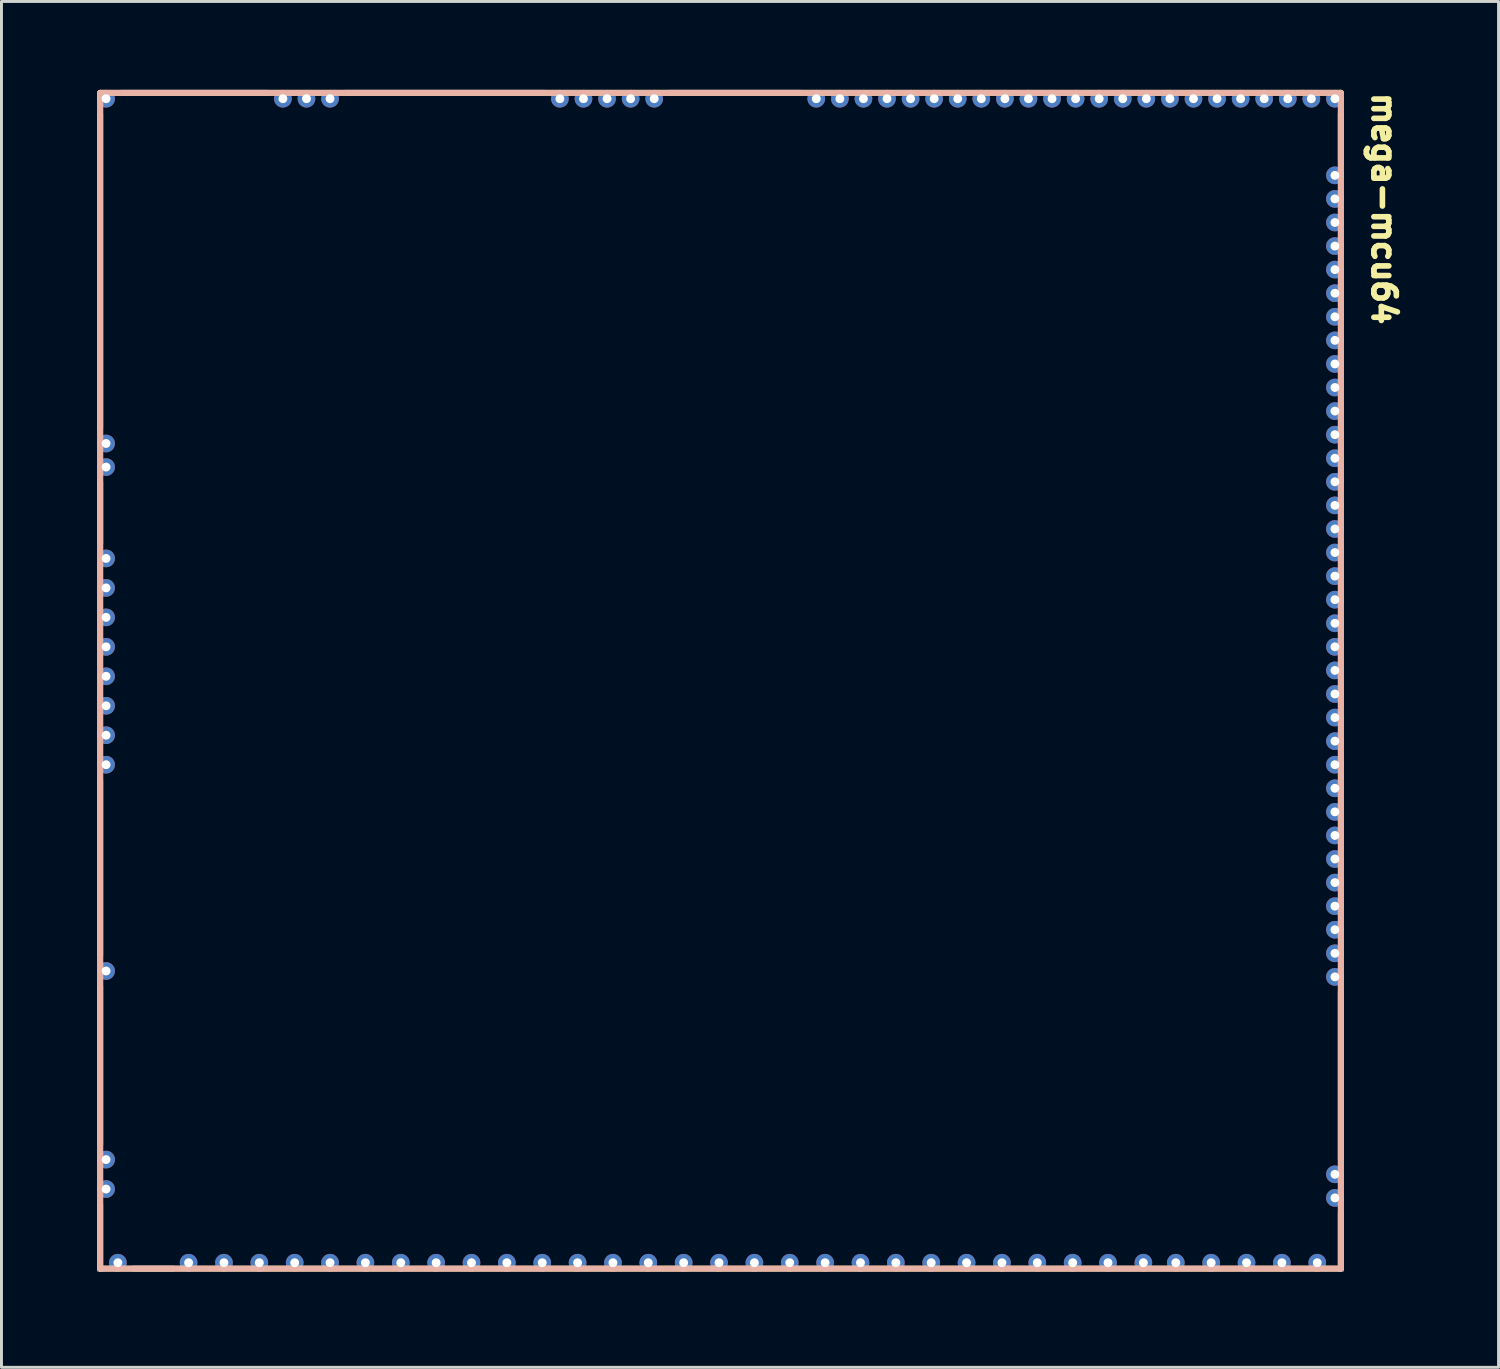
<source format=kicad_pcb>
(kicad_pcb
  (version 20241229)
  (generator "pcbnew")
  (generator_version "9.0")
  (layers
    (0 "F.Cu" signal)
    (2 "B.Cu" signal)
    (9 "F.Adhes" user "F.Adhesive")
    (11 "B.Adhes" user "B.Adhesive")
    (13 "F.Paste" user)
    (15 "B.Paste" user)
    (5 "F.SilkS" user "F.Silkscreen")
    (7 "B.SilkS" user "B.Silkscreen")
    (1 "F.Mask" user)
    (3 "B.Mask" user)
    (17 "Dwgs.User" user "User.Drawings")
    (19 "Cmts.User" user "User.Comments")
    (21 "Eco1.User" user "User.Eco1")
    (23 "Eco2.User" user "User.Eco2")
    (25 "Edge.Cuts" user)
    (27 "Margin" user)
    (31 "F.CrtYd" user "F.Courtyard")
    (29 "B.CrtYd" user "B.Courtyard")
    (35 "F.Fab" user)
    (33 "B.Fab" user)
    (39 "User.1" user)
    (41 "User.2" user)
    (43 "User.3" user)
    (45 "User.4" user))
  (footprint "mega-mcu64"
    (layer "F.Cu")
    (at 0.25 40.1)
    (property "Reference" "mega-mcu64" (at 43.218 -40.094 270) (unlocked yes) (layer "F.SilkS") (effects (font (size 0.762 0.762) (thickness 0.254)) (justify left bottom)))
    (fp_line (start 0.1 -40) (end 40.9 -40) (stroke (width 0.2) (type solid)) (layer "F.SilkS"))
    (fp_line (start 0.1 -0.1) (end 0.1 -40) (stroke (width 0.2) (type solid)) (layer "F.SilkS"))
    (fp_line (start 0.1 -0.1) (end 42.2 -0.1) (stroke (width 0.2) (type solid)) (layer "F.SilkS"))
    (fp_line (start 40.9 -40) (end 42.2 -40) (stroke (width 0.2) (type solid)) (layer "F.SilkS"))
    (fp_line (start 42.2 -0.1) (end 42.2 -40) (stroke (width 0.2) (type solid)) (layer "F.SilkS"))
    (fp_line (start 0.1 -40) (end 40.9 -40) (stroke (width 0.2) (type solid)) (layer "B.SilkS"))
    (fp_line (start 0.1 -0.1) (end 0.1 -40) (stroke (width 0.2) (type solid)) (layer "B.SilkS"))
    (fp_line (start 0.1 -0.1) (end 42.2 -0.1) (stroke (width 0.2) (type solid)) (layer "B.SilkS"))
    (fp_line (start 40.9 -40) (end 42.2 -40) (stroke (width 0.2) (type solid)) (layer "B.SilkS"))
    (fp_line (start 42.2 -0.1) (end 42.2 -40) (stroke (width 0.2) (type solid)) (layer "B.SilkS"))
    (pad "E1" thru_hole circle (at 42 -37.2) (size 0.6 0.6) (drill 0.3) (layers "*.Cu"))
    (pad "E2" thru_hole circle (at 42 -36.4) (size 0.6 0.6) (drill 0.3) (layers "*.Cu"))
    (pad "E3" thru_hole circle (at 42 -35.6) (size 0.6 0.6) (drill 0.3) (layers "*.Cu"))
    (pad "E4" thru_hole circle (at 42 -34.8) (size 0.6 0.6) (drill 0.3) (layers "*.Cu"))
    (pad "E6" thru_hole circle (at 42 -34 270) (size 0.6 0.6) (drill 0.3) (layers "*.Cu"))
    (pad "E7" thru_hole circle (at 42 -33.2 270) (size 0.6 0.6) (drill 0.3) (layers "*.Cu"))
    (pad "E8" thru_hole circle (at 42 -32.4 270) (size 0.6 0.6) (drill 0.3) (layers "*.Cu"))
    (pad "E9" thru_hole circle (at 42 -31.6 270) (size 0.6 0.6) (drill 0.3) (layers "*.Cu"))
    (pad "E10" thru_hole circle (at 42 -30.8 270) (size 0.6 0.6) (drill 0.3) (layers "*.Cu"))
    (pad "E11" thru_hole circle (at 42 -30 270) (size 0.6 0.6) (drill 0.3) (layers "*.Cu"))
    (pad "E12" thru_hole circle (at 42 -29.2 270) (size 0.6 0.6) (drill 0.3) (layers "*.Cu"))
    (pad "E13" thru_hole circle (at 42 -28.4 270) (size 0.6 0.6) (drill 0.3) (layers "*.Cu"))
    (pad "E14" thru_hole circle (at 42 -27.6 270) (size 0.6 0.6) (drill 0.3) (layers "*.Cu"))
    (pad "E15" thru_hole circle (at 42 -26.8 270) (size 0.6 0.6) (drill 0.3) (layers "*.Cu"))
    (pad "E16" thru_hole circle (at 42 -26 270) (size 0.6 0.6) (drill 0.3) (layers "*.Cu"))
    (pad "E17" thru_hole circle (at 42 -25.2 270) (size 0.6 0.6) (drill 0.3) (layers "*.Cu"))
    (pad "E18" thru_hole circle (at 42 -24.4 270) (size 0.6 0.6) (drill 0.3) (layers "*.Cu"))
    (pad "E19" thru_hole circle (at 42 -23.6 270) (size 0.6 0.6) (drill 0.3) (layers "*.Cu"))
    (pad "E20" thru_hole circle (at 42 -22.8 270) (size 0.6 0.6) (drill 0.3) (layers "*.Cu"))
    (pad "E21" thru_hole circle (at 42 -22 270) (size 0.6 0.6) (drill 0.3) (layers "*.Cu"))
    (pad "E22" thru_hole circle (at 42 -21.2 270) (size 0.6 0.6) (drill 0.3) (layers "*.Cu"))
    (pad "E23" thru_hole circle (at 42 -20.4 270) (size 0.6 0.6) (drill 0.3) (layers "*.Cu"))
    (pad "E24" thru_hole circle (at 42 -19.6 270) (size 0.6 0.6) (drill 0.3) (layers "*.Cu"))
    (pad "E25" thru_hole circle (at 42 -18.8 180) (size 0.6 0.6) (drill 0.3) (layers "*.Cu"))
    (pad "E26" thru_hole circle (at 42 -18 180) (size 0.6 0.6) (drill 0.3) (layers "*.Cu"))
    (pad "E27" thru_hole circle (at 42 -17.2 270) (size 0.6 0.6) (drill 0.3) (layers "*.Cu"))
    (pad "E28" thru_hole circle (at 42 -16.4 270) (size 0.6 0.6) (drill 0.3) (layers "*.Cu"))
    (pad "E29" thru_hole circle (at 42 -15.6 180) (size 0.6 0.6) (drill 0.3) (layers "*.Cu"))
    (pad "E30" thru_hole circle (at 42 -14.8 180) (size 0.6 0.6) (drill 0.3) (layers "*.Cu"))
    (pad "E31" thru_hole circle (at 42 -14 180) (size 0.6 0.6) (drill 0.3) (layers "*.Cu"))
    (pad "E32" thru_hole circle (at 42 -13.2 180) (size 0.6 0.6) (drill 0.3) (layers "*.Cu"))
    (pad "E33" thru_hole circle (at 42 -12.4 180) (size 0.6 0.6) (drill 0.3) (layers "*.Cu"))
    (pad "E34" thru_hole circle (at 42 -11.6 180) (size 0.6 0.6) (drill 0.3) (layers "*.Cu"))
    (pad "E35" thru_hole circle (at 42 -10.8 270) (size 0.6 0.6) (drill 0.3) (layers "*.Cu"))
    (pad "E36" thru_hole circle (at 42 -10 270) (size 0.6 0.6) (drill 0.3) (layers "*.Cu"))
    (pad "E38" thru_hole circle (at 42 -3.3 270) (size 0.6 0.6) (drill 0.3) (layers "*.Cu"))
    (pad "E39" thru_hole circle (at 42 -2.5 270) (size 0.6 0.6) (drill 0.3) (layers "*.Cu"))
    (pad "G" smd rect (at 0.1 -1.15) (size 0.2 2.3) (layers "F.Cu" "F.Paste"))
    (pad "G" smd rect (at 0.1 -1.15) (size 0.2 2.3) (layers "B.Cu" "B.Paste"))
    (pad "G" smd rect (at 0.1 -1.15) (size 0.2 2.3) (layers "In1.Cu"))
    (pad "G" smd rect (at 0.1 -1.15) (size 0.2 2.3) (layers "In2.Cu"))
    (pad "G" smd rect (at 0.1 -33.95) (size 0.2 10.7) (layers "F.Cu" "F.Paste"))
    (pad "G" smd rect (at 0.1 -33.95) (size 0.2 10.7) (layers "B.Cu" "B.Paste"))
    (pad "G" smd rect (at 0.1 -33.95) (size 0.2 10.7) (layers "In1.Cu"))
    (pad "G" smd rect (at 0.1 -33.95) (size 0.2 10.7) (layers "In2.Cu"))
    (pad "G" smd rect (at 0.1 -25.75) (size 0.2 2.1) (layers "F.Cu" "F.Paste"))
    (pad "G" smd rect (at 0.1 -25.75) (size 0.2 2.1) (layers "B.Cu" "B.Paste"))
    (pad "G" smd rect (at 0.1 -25.75) (size 0.2 2.1) (layers "In1.Cu"))
    (pad "G" smd rect (at 0.1 -25.75) (size 0.2 2.1) (layers "In2.Cu"))
    (pad "G" smd rect (at 0.1 -13.7) (size 0.2 6) (layers "F.Cu" "F.Paste"))
    (pad "G" smd rect (at 0.1 -13.7) (size 0.2 6) (layers "B.Cu" "B.Paste"))
    (pad "G" smd rect (at 0.1 -13.7) (size 0.2 6) (layers "In1.Cu"))
    (pad "G" smd rect (at 0.1 -13.7) (size 0.2 6) (layers "In2.Cu"))
    (pad "G" smd rect (at 0.1 -7) (size 0.2 5.4) (layers "F.Cu" "F.Paste"))
    (pad "G" smd rect (at 0.1 -7) (size 0.2 5.4) (layers "B.Cu" "B.Paste"))
    (pad "G" smd rect (at 0.1 -7) (size 0.2 5.4) (layers "In1.Cu"))
    (pad "G" smd rect (at 0.1 -7) (size 0.2 5.4) (layers "In2.Cu"))
    (pad "G" smd rect (at 1.9 -0.1 90) (size 0.2 1.4) (layers "F.Cu" "F.Paste"))
    (pad "G" smd rect (at 1.9 -0.1 90) (size 0.2 1.4) (layers "B.Cu" "B.Paste"))
    (pad "G" smd rect (at 1.9 -0.1 90) (size 0.2 1.4) (layers "In1.Cu"))
    (pad "G" smd rect (at 1.9 -0.1 90) (size 0.2 1.4) (layers "In2.Cu"))
    (pad "G" smd rect (at 3.3 -40 270) (size 0.2 5) (layers "F.Cu" "F.Paste"))
    (pad "G" smd rect (at 3.3 -40 270) (size 0.2 5) (layers "B.Cu" "B.Paste"))
    (pad "G" smd rect (at 3.3 -40 270) (size 0.2 5) (layers "In1.Cu"))
    (pad "G" smd rect (at 3.3 -40 270) (size 0.2 5) (layers "In2.Cu"))
    (pad "G" smd rect (at 11.8 -40 270) (size 0.2 6.8) (layers "F.Cu" "F.Paste"))
    (pad "G" smd rect (at 11.8 -40 270) (size 0.2 6.8) (layers "B.Cu" "B.Paste"))
    (pad "G" smd rect (at 11.8 -40 270) (size 0.2 6.8) (layers "In1.Cu"))
    (pad "G" smd rect (at 11.8 -40 270) (size 0.2 6.8) (layers "In2.Cu"))
    (pad "G" smd rect (at 21.65 -40 270) (size 0.2 4.5) (layers "F.Cu" "F.Paste"))
    (pad "G" smd rect (at 21.65 -40 270) (size 0.2 4.5) (layers "B.Cu" "B.Paste"))
    (pad "G" smd rect (at 21.65 -40 270) (size 0.2 4.5) (layers "In1.Cu"))
    (pad "G" smd rect (at 21.65 -40 270) (size 0.2 4.5) (layers "In2.Cu"))
    (pad "G" smd rect (at 42.2 -38.5 180) (size 0.2 1.6) (layers "F.Cu" "F.Paste"))
    (pad "G" smd rect (at 42.2 -38.5 180) (size 0.2 1.6) (layers "B.Cu" "B.Paste"))
    (pad "G" smd rect (at 42.2 -38.5 180) (size 0.2 1.6) (layers "In1.Cu"))
    (pad "G" smd rect (at 42.2 -38.5 180) (size 0.2 1.6) (layers "In2.Cu"))
    (pad "G" smd rect (at 42.2 -6.65 180) (size 0.2 5.7) (layers "F.Cu" "F.Paste"))
    (pad "G" smd rect (at 42.2 -6.65 180) (size 0.2 5.7) (layers "B.Cu" "B.Paste"))
    (pad "G" smd rect (at 42.2 -6.65 180) (size 0.2 5.7) (layers "In1.Cu"))
    (pad "G" smd rect (at 42.2 -6.65 180) (size 0.2 5.7) (layers "In2.Cu"))
    (pad "G" smd rect (at 42.2 -1 180) (size 0.2 2) (layers "F.Cu" "F.Paste"))
    (pad "G" smd rect (at 42.2 -1 180) (size 0.2 2) (layers "B.Cu" "B.Paste"))
    (pad "G" smd rect (at 42.2 -1 180) (size 0.2 2) (layers "In1.Cu"))
    (pad "G" smd rect (at 42.2 -1 180) (size 0.2 2) (layers "In2.Cu"))
    (pad "N1" thru_hole circle (at 42 -39.8 270) (size 0.6 0.6) (drill 0.3) (layers "*.Cu"))
    (pad "N2" thru_hole circle (at 41.2 -39.8 270) (size 0.6 0.6) (drill 0.3) (layers "*.Cu"))
    (pad "N3" thru_hole circle (at 40.4 -39.8 270) (size 0.6 0.6) (drill 0.3) (layers "*.Cu"))
    (pad "N4" thru_hole circle (at 39.6 -39.8 270) (size 0.6 0.6) (drill 0.3) (layers "*.Cu"))
    (pad "N5" thru_hole circle (at 38.8 -39.8 90) (size 0.6 0.6) (drill 0.3) (layers "*.Cu"))
    (pad "N6" thru_hole circle (at 38 -39.8 270) (size 0.6 0.6) (drill 0.3) (layers "*.Cu"))
    (pad "N7" thru_hole circle (at 37.2 -39.8 270) (size 0.6 0.6) (drill 0.3) (layers "*.Cu"))
    (pad "N8" thru_hole circle (at 36.4 -39.8 270) (size 0.6 0.6) (drill 0.3) (layers "*.Cu"))
    (pad "N9" thru_hole circle (at 35.6 -39.8 90) (size 0.6 0.6) (drill 0.3) (layers "*.Cu"))
    (pad "N10" thru_hole circle (at 34.8 -39.8 90) (size 0.6 0.6) (drill 0.3) (layers "*.Cu"))
    (pad "N11" thru_hole circle (at 34 -39.8 90) (size 0.6 0.6) (drill 0.3) (layers "*.Cu"))
    (pad "N12" thru_hole circle (at 33.2 -39.8 90) (size 0.6 0.6) (drill 0.3) (layers "*.Cu"))
    (pad "N13" thru_hole circle (at 32.4 -39.8 90) (size 0.6 0.6) (drill 0.3) (layers "*.Cu"))
    (pad "N14" thru_hole circle (at 31.6 -39.8 270) (size 0.6 0.6) (drill 0.3) (layers "*.Cu"))
    (pad "N15" thru_hole circle (at 30.8 -39.8 270) (size 0.6 0.6) (drill 0.3) (layers "*.Cu"))
    (pad "N16" thru_hole circle (at 30 -39.8 270) (size 0.6 0.6) (drill 0.3) (layers "*.Cu"))
    (pad "N17" thru_hole circle (at 29.2 -39.8 270) (size 0.6 0.6) (drill 0.3) (layers "*.Cu"))
    (pad "N18" thru_hole circle (at 28.4 -39.8 270) (size 0.6 0.6) (drill 0.3) (layers "*.Cu"))
    (pad "N19" thru_hole circle (at 27.6 -39.8 270) (size 0.6 0.6) (drill 0.3) (layers "*.Cu"))
    (pad "N20" thru_hole circle (at 26.8 -39.8 270) (size 0.6 0.6) (drill 0.3) (layers "*.Cu"))
    (pad "N21" thru_hole circle (at 26 -39.8 270) (size 0.6 0.6) (drill 0.3) (layers "*.Cu"))
    (pad "N22" thru_hole circle (at 25.2 -39.8 270) (size 0.6 0.6) (drill 0.3) (layers "*.Cu"))
    (pad "N23" thru_hole circle (at 24.4 -39.8 270) (size 0.6 0.6) (drill 0.3) (layers "*.Cu"))
    (pad "N24" thru_hole circle (at 18.9 -39.8 270) (size 0.6 0.6) (drill 0.3) (layers "*.Cu"))
    (pad "N25" thru_hole circle (at 18.1 -39.8 270) (size 0.6 0.6) (drill 0.3) (layers "*.Cu"))
    (pad "N26" thru_hole circle (at 17.3 -39.8 270) (size 0.6 0.6) (drill 0.3) (layers "*.Cu"))
    (pad "N27" thru_hole circle (at 16.5 -39.8 270) (size 0.6 0.6) (drill 0.3) (layers "*.Cu"))
    (pad "N28" thru_hole circle (at 15.7 -39.8 270) (size 0.6 0.6) (drill 0.3) (layers "*.Cu"))
    (pad "N29" thru_hole circle (at 7.9 -39.8 270) (size 0.6 0.6) (drill 0.3) (layers "*.Cu"))
    (pad "N30" thru_hole circle (at 7.1 -39.8 270) (size 0.6 0.6) (drill 0.3) (layers "*.Cu"))
    (pad "N31" thru_hole circle (at 6.3 -39.8 270) (size 0.6 0.6) (drill 0.3) (layers "*.Cu"))
    (pad "N32" thru_hole circle (at 0.3 -39.8 270) (size 0.6 0.6) (drill 0.3) (layers "*.Cu"))
    (pad "S1" thru_hole circle (at 41.4 -0.3 270) (size 0.6 0.6) (drill 0.3) (layers "*.Cu"))
    (pad "S2" thru_hole circle (at 40.2 -0.3 270) (size 0.6 0.6) (drill 0.3) (layers "*.Cu"))
    (pad "S3" thru_hole circle (at 39 -0.3 270) (size 0.6 0.6) (drill 0.3) (layers "*.Cu"))
    (pad "S4" thru_hole circle (at 37.8 -0.3 270) (size 0.6 0.6) (drill 0.3) (layers "*.Cu"))
    (pad "S5" thru_hole circle (at 36.6 -0.3 270) (size 0.6 0.6) (drill 0.3) (layers "*.Cu"))
    (pad "S6" thru_hole circle (at 35.5 -0.3 270) (size 0.6 0.6) (drill 0.3) (layers "*.Cu"))
    (pad "S7" thru_hole circle (at 34.3 -0.3 270) (size 0.6 0.6) (drill 0.3) (layers "*.Cu"))
    (pad "S8" thru_hole circle (at 33.1 -0.3 270) (size 0.6 0.6) (drill 0.3) (layers "*.Cu"))
    (pad "S9" thru_hole circle (at 31.9 -0.3 270) (size 0.6 0.6) (drill 0.3) (layers "*.Cu"))
    (pad "S10" thru_hole circle (at 30.7 -0.3 270) (size 0.6 0.6) (drill 0.3) (layers "*.Cu"))
    (pad "S11" thru_hole circle (at 29.5 -0.3 270) (size 0.6 0.6) (drill 0.3) (layers "*.Cu"))
    (pad "S12" thru_hole circle (at 28.3 -0.3 270) (size 0.6 0.6) (drill 0.3) (layers "*.Cu"))
    (pad "S13" thru_hole circle (at 27.1 -0.3 270) (size 0.6 0.6) (drill 0.3) (layers "*.Cu"))
    (pad "S14" thru_hole circle (at 25.9 -0.3 270) (size 0.6 0.6) (drill 0.3) (layers "*.Cu"))
    (pad "S15" thru_hole circle (at 24.7 -0.3 270) (size 0.6 0.6) (drill 0.3) (layers "*.Cu"))
    (pad "S16" thru_hole circle (at 23.5 -0.3 270) (size 0.6 0.6) (drill 0.3) (layers "*.Cu"))
    (pad "S17" thru_hole circle (at 22.3 -0.3 270) (size 0.6 0.6) (drill 0.3) (layers "*.Cu"))
    (pad "S18" thru_hole circle (at 21.1 -0.3 270) (size 0.6 0.6) (drill 0.3) (layers "*.Cu"))
    (pad "S19" thru_hole circle (at 19.9 -0.3 270) (size 0.6 0.6) (drill 0.3) (layers "*.Cu"))
    (pad "S20" thru_hole circle (at 18.7 -0.3 270) (size 0.6 0.6) (drill 0.3) (layers "*.Cu"))
    (pad "S21" thru_hole circle (at 17.5 -0.3 270) (size 0.6 0.6) (drill 0.3) (layers "*.Cu"))
    (pad "S22" thru_hole circle (at 16.3 -0.3 270) (size 0.6 0.6) (drill 0.3) (layers "*.Cu"))
    (pad "S23" thru_hole circle (at 15.1 -0.3 270) (size 0.6 0.6) (drill 0.3) (layers "*.Cu"))
    (pad "S24" thru_hole circle (at 13.9 -0.3 270) (size 0.6 0.6) (drill 0.3) (layers "*.Cu"))
    (pad "S25" thru_hole circle (at 12.7 -0.3 270) (size 0.6 0.6) (drill 0.3) (layers "*.Cu"))
    (pad "S26" thru_hole circle (at 11.5 -0.3 270) (size 0.6 0.6) (drill 0.3) (layers "*.Cu"))
    (pad "S27" thru_hole circle (at 10.3 -0.3 270) (size 0.6 0.6) (drill 0.3) (layers "*.Cu"))
    (pad "S28" thru_hole circle (at 9.1 -0.3 270) (size 0.6 0.6) (drill 0.3) (layers "*.Cu"))
    (pad "S29" thru_hole circle (at 7.9 -0.3 270) (size 0.6 0.6) (drill 0.3) (layers "*.Cu"))
    (pad "S30" thru_hole circle (at 6.7 -0.3 270) (size 0.6 0.6) (drill 0.3) (layers "*.Cu"))
    (pad "S31" thru_hole circle (at 5.5 -0.3 270) (size 0.6 0.6) (drill 0.3) (layers "*.Cu"))
    (pad "S32" thru_hole circle (at 4.3 -0.3 270) (size 0.6 0.6) (drill 0.3) (layers "*.Cu"))
    (pad "S33" thru_hole circle (at 3.1 -0.3 270) (size 0.6 0.6) (drill 0.3) (layers "*.Cu"))
    (pad "S35" thru_hole circle (at 0.7 -0.3 270) (size 0.6 0.6) (drill 0.3) (layers "*.Cu"))
    (pad "W1" thru_hole circle (at 0.3 -2.8 180) (size 0.6 0.6) (drill 0.3) (layers "*.Cu"))
    (pad "W2" thru_hole circle (at 0.3 -3.8 270) (size 0.6 0.6) (drill 0.3) (layers "*.Cu"))
    (pad "W3" thru_hole circle (at 0.3 -10.2 180) (size 0.6 0.6) (drill 0.3) (layers "*.Cu"))
    (pad "W4" thru_hole circle (at 0.3 -17.2 180) (size 0.6 0.6) (drill 0.3) (layers "*.Cu"))
    (pad "W5" thru_hole circle (at 0.3 -18.2 180) (size 0.6 0.6) (drill 0.3) (layers "*.Cu"))
    (pad "W6" thru_hole circle (at 0.3 -19.2 180) (size 0.6 0.6) (drill 0.3) (layers "*.Cu"))
    (pad "W7" thru_hole circle (at 0.3 -20.2 180) (size 0.6 0.6) (drill 0.3) (layers "*.Cu"))
    (pad "W8" thru_hole circle (at 0.3 -21.2 180) (size 0.6 0.6) (drill 0.3) (layers "*.Cu"))
    (pad "W9" thru_hole circle (at 0.3 -22.2 180) (size 0.6 0.6) (drill 0.3) (layers "*.Cu"))
    (pad "W10" thru_hole circle (at 0.3 -23.2 180) (size 0.6 0.6) (drill 0.3) (layers "*.Cu"))
    (pad "W11" thru_hole circle (at 0.3 -24.2 180) (size 0.6 0.6) (drill 0.3) (layers "*.Cu"))
    (pad "W12" thru_hole circle (at 0.3 -27.3 270) (size 0.6 0.6) (drill 0.3) (layers "*.Cu"))
    (pad "W13" thru_hole circle (at 0.3 -28.1 270) (size 0.6 0.6) (drill 0.3) (layers "*.Cu"))
    (zone (net_name "") (layers "F.Cu" "B.Cu") (hatch edge 0.508) (connect_pads) (min_thickness 0.254) (filled_areas_thickness no) (keepout (tracks allowed) (vias allowed) (pads allowed) (copperpour not_allowed) (footprints allowed)) (placement (enabled no)) (fill) (polygon (pts (xy 42.45 40) (xy 0.35 40) (xy 0.35 0.1) (xy 42.45 0.1)))))
  (gr_rect
    (start -3 -3)
    (end 47.802 43.35)
    (stroke (width 0.1) (type default))
    (fill no)
    (layer "Edge.Cuts")))
</source>
